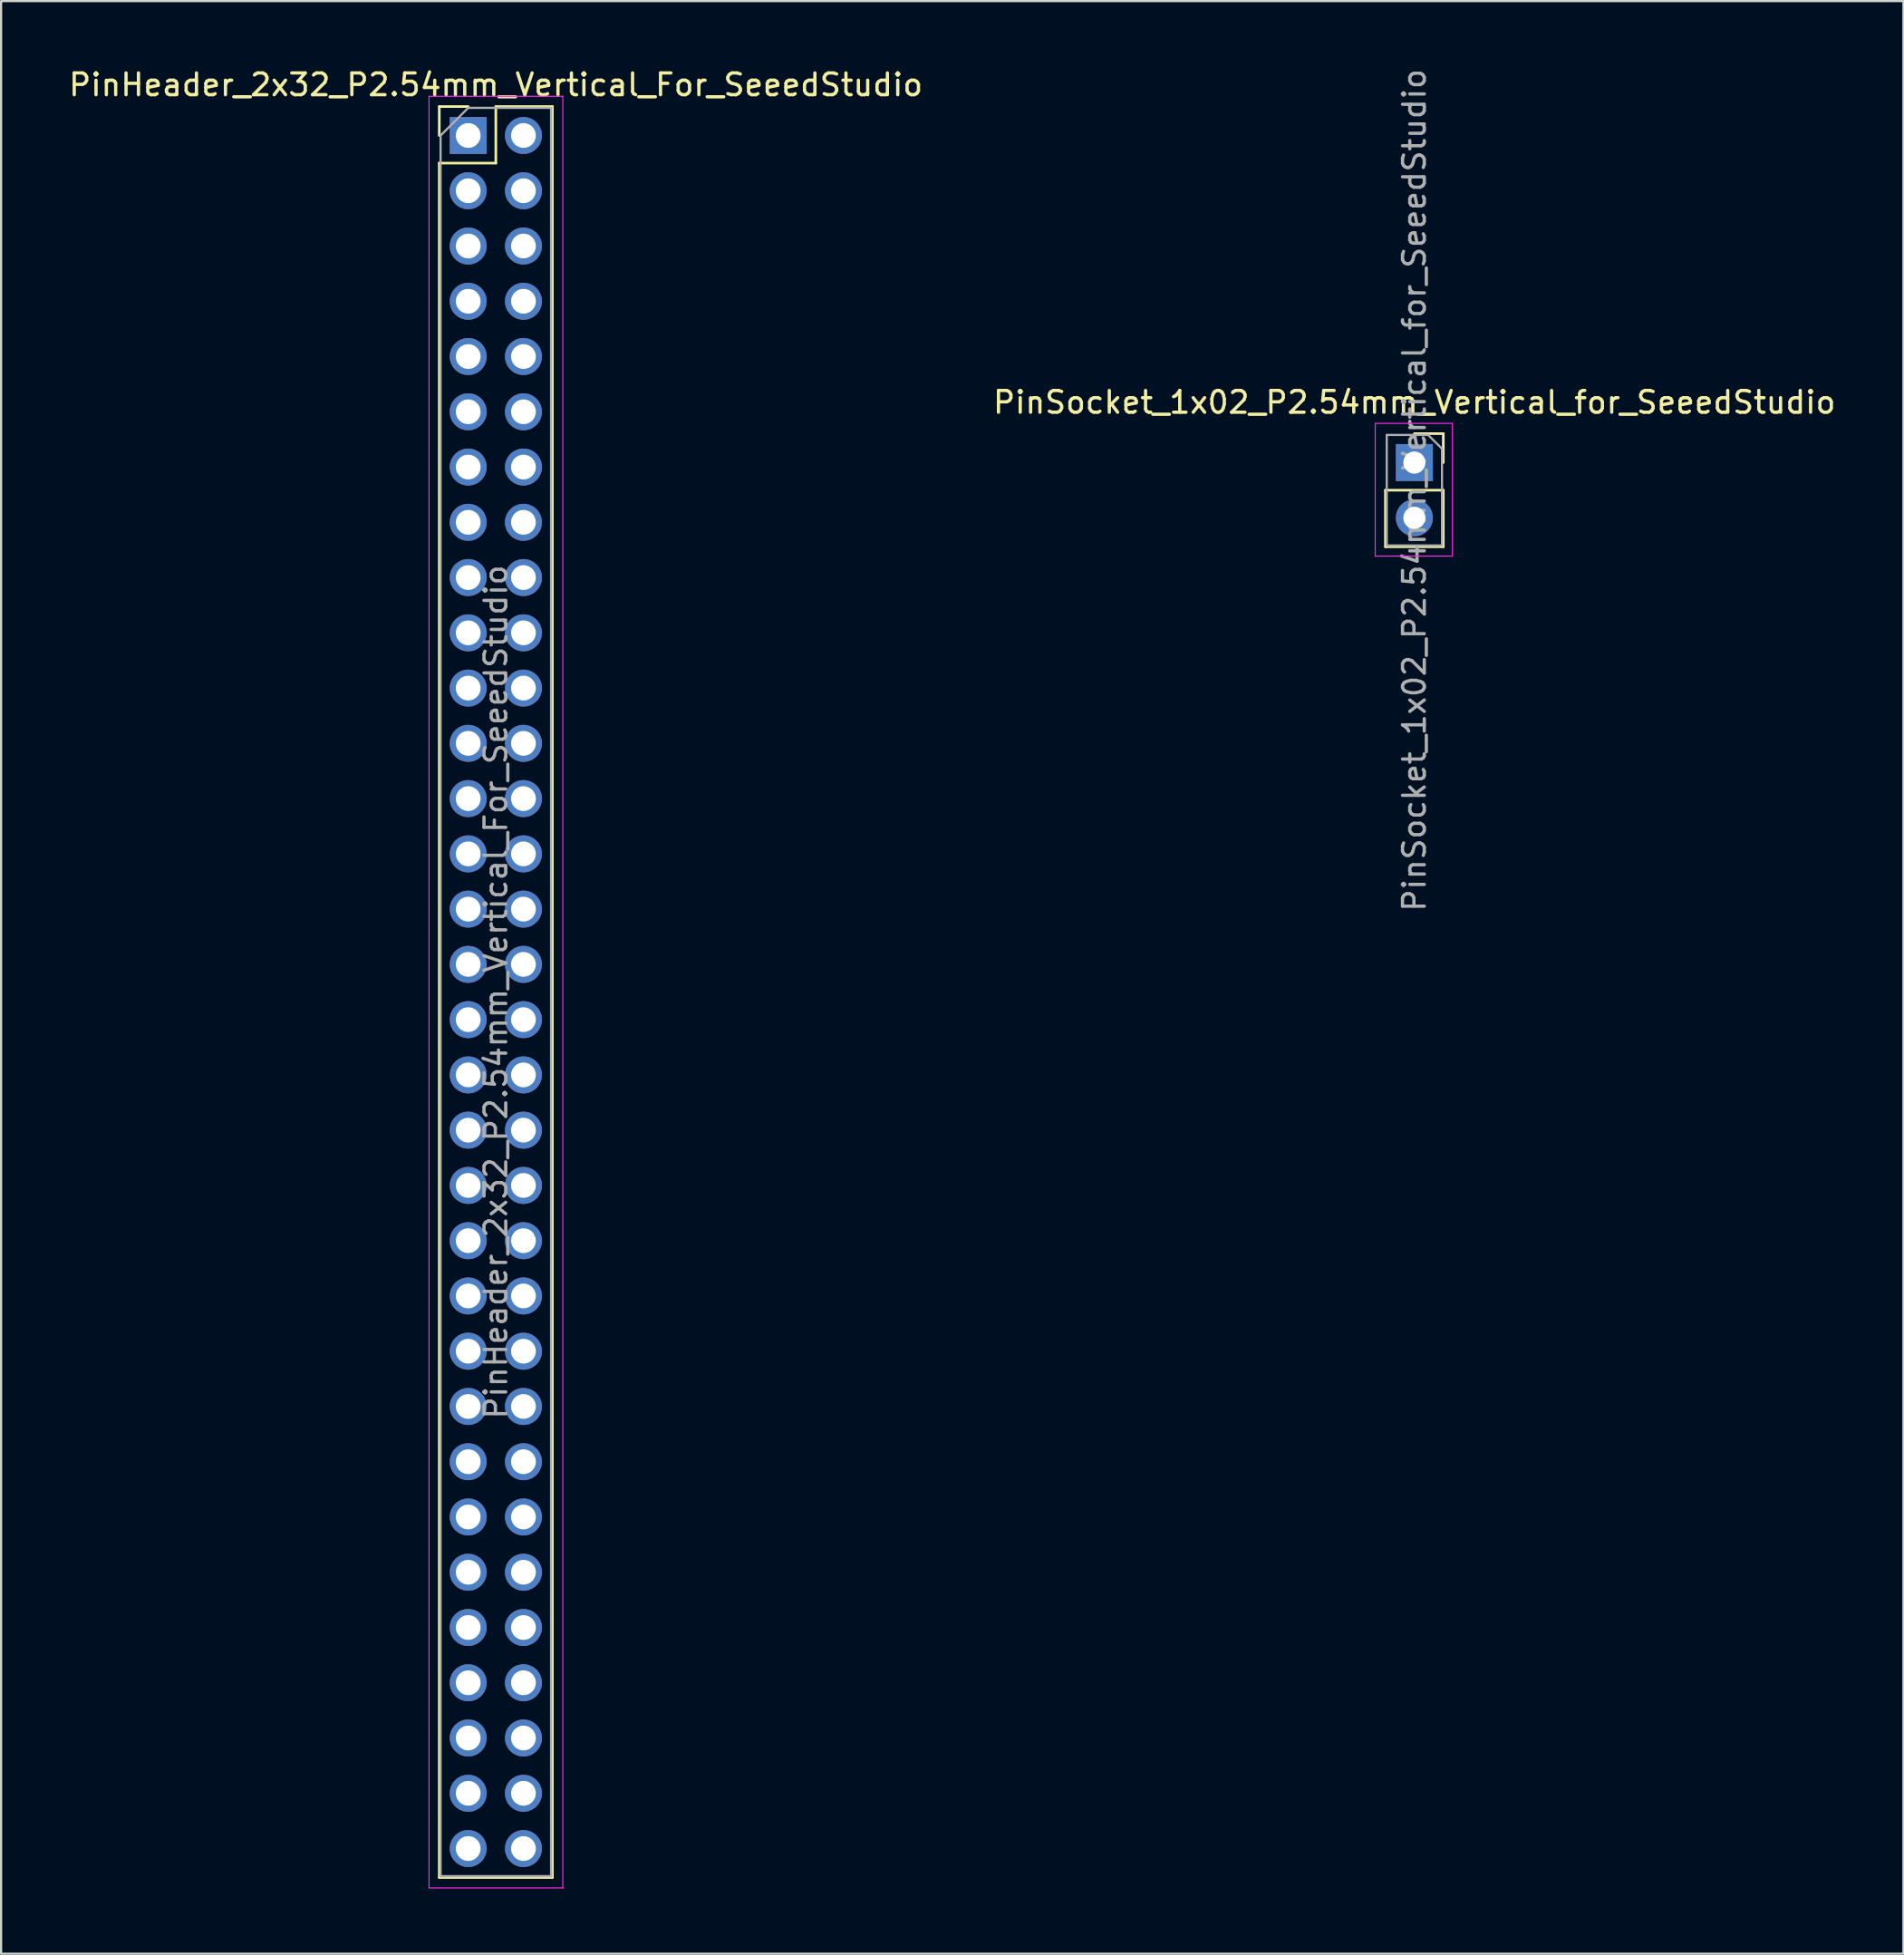
<source format=kicad_pcb>
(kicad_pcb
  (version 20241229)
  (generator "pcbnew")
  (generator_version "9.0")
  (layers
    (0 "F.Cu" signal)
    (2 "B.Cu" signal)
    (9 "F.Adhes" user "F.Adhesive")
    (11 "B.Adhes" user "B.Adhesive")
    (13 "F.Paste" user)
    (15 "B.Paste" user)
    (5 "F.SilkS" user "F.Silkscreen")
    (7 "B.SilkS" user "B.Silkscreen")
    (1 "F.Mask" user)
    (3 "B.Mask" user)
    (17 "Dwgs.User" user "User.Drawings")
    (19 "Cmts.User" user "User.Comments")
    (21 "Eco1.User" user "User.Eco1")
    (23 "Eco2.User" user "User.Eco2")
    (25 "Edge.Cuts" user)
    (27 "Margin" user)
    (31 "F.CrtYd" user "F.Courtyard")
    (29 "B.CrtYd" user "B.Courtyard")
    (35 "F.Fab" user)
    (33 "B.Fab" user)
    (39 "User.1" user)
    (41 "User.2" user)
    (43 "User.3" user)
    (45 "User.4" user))
  (footprint "PinHeader_2x32_P2.54mm_Vertical_For_SeeedStudio"
    (layer "F.Cu")
    (at 18.474 3.178)
    (property "Reference" "PinHeader_2x32_P2.54mm_Vertical_For_SeeedStudio" (at 1.27 -2.33 0) (layer "F.SilkS") (effects (font (size 1 1) (thickness 0.15))))
    (attr through_hole)
    (fp_line (start -1.33 -1.33) (end 0 -1.33) (stroke (width 0.12) (type solid)) (layer "F.SilkS"))
    (fp_line (start -1.33 0) (end -1.33 -1.33) (stroke (width 0.12) (type solid)) (layer "F.SilkS"))
    (fp_line (start -1.33 1.27) (end -1.33 80.07) (stroke (width 0.12) (type solid)) (layer "F.SilkS"))
    (fp_line (start -1.33 1.27) (end 1.27 1.27) (stroke (width 0.12) (type solid)) (layer "F.SilkS"))
    (fp_line (start -1.33 80.07) (end 3.87 80.07) (stroke (width 0.12) (type solid)) (layer "F.SilkS"))
    (fp_line (start 1.27 -1.33) (end 3.87 -1.33) (stroke (width 0.12) (type solid)) (layer "F.SilkS"))
    (fp_line (start 1.27 1.27) (end 1.27 -1.33) (stroke (width 0.12) (type solid)) (layer "F.SilkS"))
    (fp_line (start 3.87 -1.33) (end 3.87 80.07) (stroke (width 0.12) (type solid)) (layer "F.SilkS"))
    (fp_line (start -1.8 -1.8) (end -1.8 80.55) (stroke (width 0.05) (type solid)) (layer "F.CrtYd"))
    (fp_line (start -1.8 80.55) (end 4.35 80.55) (stroke (width 0.05) (type solid)) (layer "F.CrtYd"))
    (fp_line (start 4.35 -1.8) (end -1.8 -1.8) (stroke (width 0.05) (type solid)) (layer "F.CrtYd"))
    (fp_line (start 4.35 80.55) (end 4.35 -1.8) (stroke (width 0.05) (type solid)) (layer "F.CrtYd"))
    (fp_line (start -1.27 0) (end 0 -1.27) (stroke (width 0.1) (type solid)) (layer "F.Fab"))
    (fp_line (start -1.27 80.01) (end -1.27 0) (stroke (width 0.1) (type solid)) (layer "F.Fab"))
    (fp_line (start 0 -1.27) (end 3.81 -1.27) (stroke (width 0.1) (type solid)) (layer "F.Fab"))
    (fp_line (start 3.81 -1.27) (end 3.81 80.01) (stroke (width 0.1) (type solid)) (layer "F.Fab"))
    (fp_line (start 3.81 80.01) (end -1.27 80.01) (stroke (width 0.1) (type solid)) (layer "F.Fab"))
    (fp_text user "${REFERENCE}" (at 1.27 39.37 90) (layer "F.Fab") (effects (font (size 1 1) (thickness 0.15))))
    (pad "1" thru_hole rect (at 0 0) (size 1.7 1.7) (drill 1.14) (layers "*.Cu" "*.Mask"))
    (pad "2" thru_hole oval (at 2.54 0) (size 1.7 1.7) (drill 1.14) (layers "*.Cu" "*.Mask"))
    (pad "3" thru_hole oval (at 0 2.54) (size 1.7 1.7) (drill 1.14) (layers "*.Cu" "*.Mask"))
    (pad "4" thru_hole oval (at 2.54 2.54) (size 1.7 1.7) (drill 1.14) (layers "*.Cu" "*.Mask"))
    (pad "5" thru_hole oval (at 0 5.08) (size 1.7 1.7) (drill 1.14) (layers "*.Cu" "*.Mask"))
    (pad "6" thru_hole oval (at 2.54 5.08) (size 1.7 1.7) (drill 1.14) (layers "*.Cu" "*.Mask"))
    (pad "7" thru_hole oval (at 0 7.62) (size 1.7 1.7) (drill 1.14) (layers "*.Cu" "*.Mask"))
    (pad "8" thru_hole oval (at 2.54 7.62) (size 1.7 1.7) (drill 1.14) (layers "*.Cu" "*.Mask"))
    (pad "9" thru_hole oval (at 0 10.16) (size 1.7 1.7) (drill 1.14) (layers "*.Cu" "*.Mask"))
    (pad "10" thru_hole oval (at 2.54 10.16) (size 1.7 1.7) (drill 1.14) (layers "*.Cu" "*.Mask"))
    (pad "11" thru_hole oval (at 0 12.7) (size 1.7 1.7) (drill 1.14) (layers "*.Cu" "*.Mask"))
    (pad "12" thru_hole oval (at 2.54 12.7) (size 1.7 1.7) (drill 1.14) (layers "*.Cu" "*.Mask"))
    (pad "13" thru_hole oval (at 0 15.24) (size 1.7 1.7) (drill 1.14) (layers "*.Cu" "*.Mask"))
    (pad "14" thru_hole oval (at 2.54 15.24) (size 1.7 1.7) (drill 1.14) (layers "*.Cu" "*.Mask"))
    (pad "15" thru_hole oval (at 0 17.78) (size 1.7 1.7) (drill 1.14) (layers "*.Cu" "*.Mask"))
    (pad "16" thru_hole oval (at 2.54 17.78) (size 1.7 1.7) (drill 1.14) (layers "*.Cu" "*.Mask"))
    (pad "17" thru_hole oval (at 0 20.32) (size 1.7 1.7) (drill 1.14) (layers "*.Cu" "*.Mask"))
    (pad "18" thru_hole oval (at 2.54 20.32) (size 1.7 1.7) (drill 1.14) (layers "*.Cu" "*.Mask"))
    (pad "19" thru_hole oval (at 0 22.86) (size 1.7 1.7) (drill 1.14) (layers "*.Cu" "*.Mask"))
    (pad "20" thru_hole oval (at 2.54 22.86) (size 1.7 1.7) (drill 1.14) (layers "*.Cu" "*.Mask"))
    (pad "21" thru_hole oval (at 0 25.4) (size 1.7 1.7) (drill 1.14) (layers "*.Cu" "*.Mask"))
    (pad "22" thru_hole oval (at 2.54 25.4) (size 1.7 1.7) (drill 1.14) (layers "*.Cu" "*.Mask"))
    (pad "23" thru_hole oval (at 0 27.94) (size 1.7 1.7) (drill 1.14) (layers "*.Cu" "*.Mask"))
    (pad "24" thru_hole oval (at 2.54 27.94) (size 1.7 1.7) (drill 1.14) (layers "*.Cu" "*.Mask"))
    (pad "25" thru_hole oval (at 0 30.48) (size 1.7 1.7) (drill 1.14) (layers "*.Cu" "*.Mask"))
    (pad "26" thru_hole oval (at 2.54 30.48) (size 1.7 1.7) (drill 1.14) (layers "*.Cu" "*.Mask"))
    (pad "27" thru_hole oval (at 0 33.02) (size 1.7 1.7) (drill 1.14) (layers "*.Cu" "*.Mask"))
    (pad "28" thru_hole oval (at 2.54 33.02) (size 1.7 1.7) (drill 1.14) (layers "*.Cu" "*.Mask"))
    (pad "29" thru_hole oval (at 0 35.56) (size 1.7 1.7) (drill 1.14) (layers "*.Cu" "*.Mask"))
    (pad "30" thru_hole oval (at 2.54 35.56) (size 1.7 1.7) (drill 1.14) (layers "*.Cu" "*.Mask"))
    (pad "31" thru_hole oval (at 0 38.1) (size 1.7 1.7) (drill 1.14) (layers "*.Cu" "*.Mask"))
    (pad "32" thru_hole oval (at 2.54 38.1) (size 1.7 1.7) (drill 1.14) (layers "*.Cu" "*.Mask"))
    (pad "33" thru_hole oval (at 0 40.64) (size 1.7 1.7) (drill 1.14) (layers "*.Cu" "*.Mask"))
    (pad "34" thru_hole oval (at 2.54 40.64) (size 1.7 1.7) (drill 1.14) (layers "*.Cu" "*.Mask"))
    (pad "35" thru_hole oval (at 0 43.18) (size 1.7 1.7) (drill 1.14) (layers "*.Cu" "*.Mask"))
    (pad "36" thru_hole oval (at 2.54 43.18) (size 1.7 1.7) (drill 1.14) (layers "*.Cu" "*.Mask"))
    (pad "37" thru_hole oval (at 0 45.72) (size 1.7 1.7) (drill 1.14) (layers "*.Cu" "*.Mask"))
    (pad "38" thru_hole oval (at 2.54 45.72) (size 1.7 1.7) (drill 1.14) (layers "*.Cu" "*.Mask"))
    (pad "39" thru_hole oval (at 0 48.26) (size 1.7 1.7) (drill 1.14) (layers "*.Cu" "*.Mask"))
    (pad "40" thru_hole oval (at 2.54 48.26) (size 1.7 1.7) (drill 1.14) (layers "*.Cu" "*.Mask"))
    (pad "41" thru_hole oval (at 0 50.8) (size 1.7 1.7) (drill 1.14) (layers "*.Cu" "*.Mask"))
    (pad "42" thru_hole oval (at 2.54 50.8) (size 1.7 1.7) (drill 1.14) (layers "*.Cu" "*.Mask"))
    (pad "43" thru_hole oval (at 0 53.34) (size 1.7 1.7) (drill 1.14) (layers "*.Cu" "*.Mask"))
    (pad "44" thru_hole oval (at 2.54 53.34) (size 1.7 1.7) (drill 1.14) (layers "*.Cu" "*.Mask"))
    (pad "45" thru_hole oval (at 0 55.88) (size 1.7 1.7) (drill 1.14) (layers "*.Cu" "*.Mask"))
    (pad "46" thru_hole oval (at 2.54 55.88) (size 1.7 1.7) (drill 1.14) (layers "*.Cu" "*.Mask"))
    (pad "47" thru_hole oval (at 0 58.42) (size 1.7 1.7) (drill 1.14) (layers "*.Cu" "*.Mask"))
    (pad "48" thru_hole oval (at 2.54 58.42) (size 1.7 1.7) (drill 1.14) (layers "*.Cu" "*.Mask"))
    (pad "49" thru_hole oval (at 0 60.96) (size 1.7 1.7) (drill 1.14) (layers "*.Cu" "*.Mask"))
    (pad "50" thru_hole oval (at 2.54 60.96) (size 1.7 1.7) (drill 1.14) (layers "*.Cu" "*.Mask"))
    (pad "51" thru_hole oval (at 0 63.5) (size 1.7 1.7) (drill 1.14) (layers "*.Cu" "*.Mask"))
    (pad "52" thru_hole oval (at 2.54 63.5) (size 1.7 1.7) (drill 1.14) (layers "*.Cu" "*.Mask"))
    (pad "53" thru_hole oval (at 0 66.04) (size 1.7 1.7) (drill 1.14) (layers "*.Cu" "*.Mask"))
    (pad "54" thru_hole oval (at 2.54 66.04) (size 1.7 1.7) (drill 1.14) (layers "*.Cu" "*.Mask"))
    (pad "55" thru_hole oval (at 0 68.58) (size 1.7 1.7) (drill 1.14) (layers "*.Cu" "*.Mask"))
    (pad "56" thru_hole oval (at 2.54 68.58) (size 1.7 1.7) (drill 1.14) (layers "*.Cu" "*.Mask"))
    (pad "57" thru_hole oval (at 0 71.12) (size 1.7 1.7) (drill 1.14) (layers "*.Cu" "*.Mask"))
    (pad "58" thru_hole oval (at 2.54 71.12) (size 1.7 1.7) (drill 1.14) (layers "*.Cu" "*.Mask"))
    (pad "59" thru_hole oval (at 0 73.66) (size 1.7 1.7) (drill 1.14) (layers "*.Cu" "*.Mask"))
    (pad "60" thru_hole oval (at 2.54 73.66) (size 1.7 1.7) (drill 1.14) (layers "*.Cu" "*.Mask"))
    (pad "61" thru_hole oval (at 0 76.2) (size 1.7 1.7) (drill 1.14) (layers "*.Cu" "*.Mask"))
    (pad "62" thru_hole oval (at 2.54 76.2) (size 1.7 1.7) (drill 1.14) (layers "*.Cu" "*.Mask"))
    (pad "63" thru_hole oval (at 0 78.74) (size 1.7 1.7) (drill 1.14) (layers "*.Cu" "*.Mask"))
    (pad "64" thru_hole oval (at 2.54 78.74) (size 1.7 1.7) (drill 1.14) (layers "*.Cu" "*.Mask")))
  (footprint "PinSocket_1x02_P2.54mm_Vertical_for_SeeedStudio"
    (layer "F.Cu")
    (at 61.97 18.212)
    (property "Reference" "PinSocket_1x02_P2.54mm_Vertical_for_SeeedStudio" (at 0 -2.77 0) (layer "F.SilkS") (effects (font (size 1 1) (thickness 0.15))))
    (attr through_hole)
    (fp_line (start -1.33 1.27) (end -1.33 3.87) (stroke (width 0.12) (type solid)) (layer "F.SilkS"))
    (fp_line (start -1.33 1.27) (end 1.33 1.27) (stroke (width 0.12) (type solid)) (layer "F.SilkS"))
    (fp_line (start -1.33 3.87) (end 1.33 3.87) (stroke (width 0.12) (type solid)) (layer "F.SilkS"))
    (fp_line (start 0 -1.33) (end 1.33 -1.33) (stroke (width 0.12) (type solid)) (layer "F.SilkS"))
    (fp_line (start 1.33 -1.33) (end 1.33 0) (stroke (width 0.12) (type solid)) (layer "F.SilkS"))
    (fp_line (start 1.33 1.27) (end 1.33 3.87) (stroke (width 0.12) (type solid)) (layer "F.SilkS"))
    (fp_line (start -1.8 -1.8) (end 1.75 -1.8) (stroke (width 0.05) (type solid)) (layer "F.CrtYd"))
    (fp_line (start -1.8 4.3) (end -1.8 -1.8) (stroke (width 0.05) (type solid)) (layer "F.CrtYd"))
    (fp_line (start 1.75 -1.8) (end 1.75 4.3) (stroke (width 0.05) (type solid)) (layer "F.CrtYd"))
    (fp_line (start 1.75 4.3) (end -1.8 4.3) (stroke (width 0.05) (type solid)) (layer "F.CrtYd"))
    (fp_line (start -1.27 -1.27) (end 0.635 -1.27) (stroke (width 0.1) (type solid)) (layer "F.Fab"))
    (fp_line (start -1.27 3.81) (end -1.27 -1.27) (stroke (width 0.1) (type solid)) (layer "F.Fab"))
    (fp_line (start 0.635 -1.27) (end 1.27 -0.635) (stroke (width 0.1) (type solid)) (layer "F.Fab"))
    (fp_line (start 1.27 -0.635) (end 1.27 3.81) (stroke (width 0.1) (type solid)) (layer "F.Fab"))
    (fp_line (start 1.27 3.81) (end -1.27 3.81) (stroke (width 0.1) (type solid)) (layer "F.Fab"))
    (fp_text user "${REFERENCE}" (at 0 1.27 90) (layer "F.Fab") (effects (font (size 1 1) (thickness 0.15))))
    (pad "1" thru_hole rect (at 0 0) (size 1.7 1.7) (drill 1.02) (layers "*.Cu" "*.Mask"))
    (pad "2" thru_hole oval (at 0 2.54) (size 1.7 1.7) (drill 1.02) (layers "*.Cu" "*.Mask")))
  (gr_rect
    (start -3 -3)
    (end 84.452 86.753)
    (stroke (width 0.1) (type default))
    (fill no)
    (layer "Edge.Cuts")))
</source>
